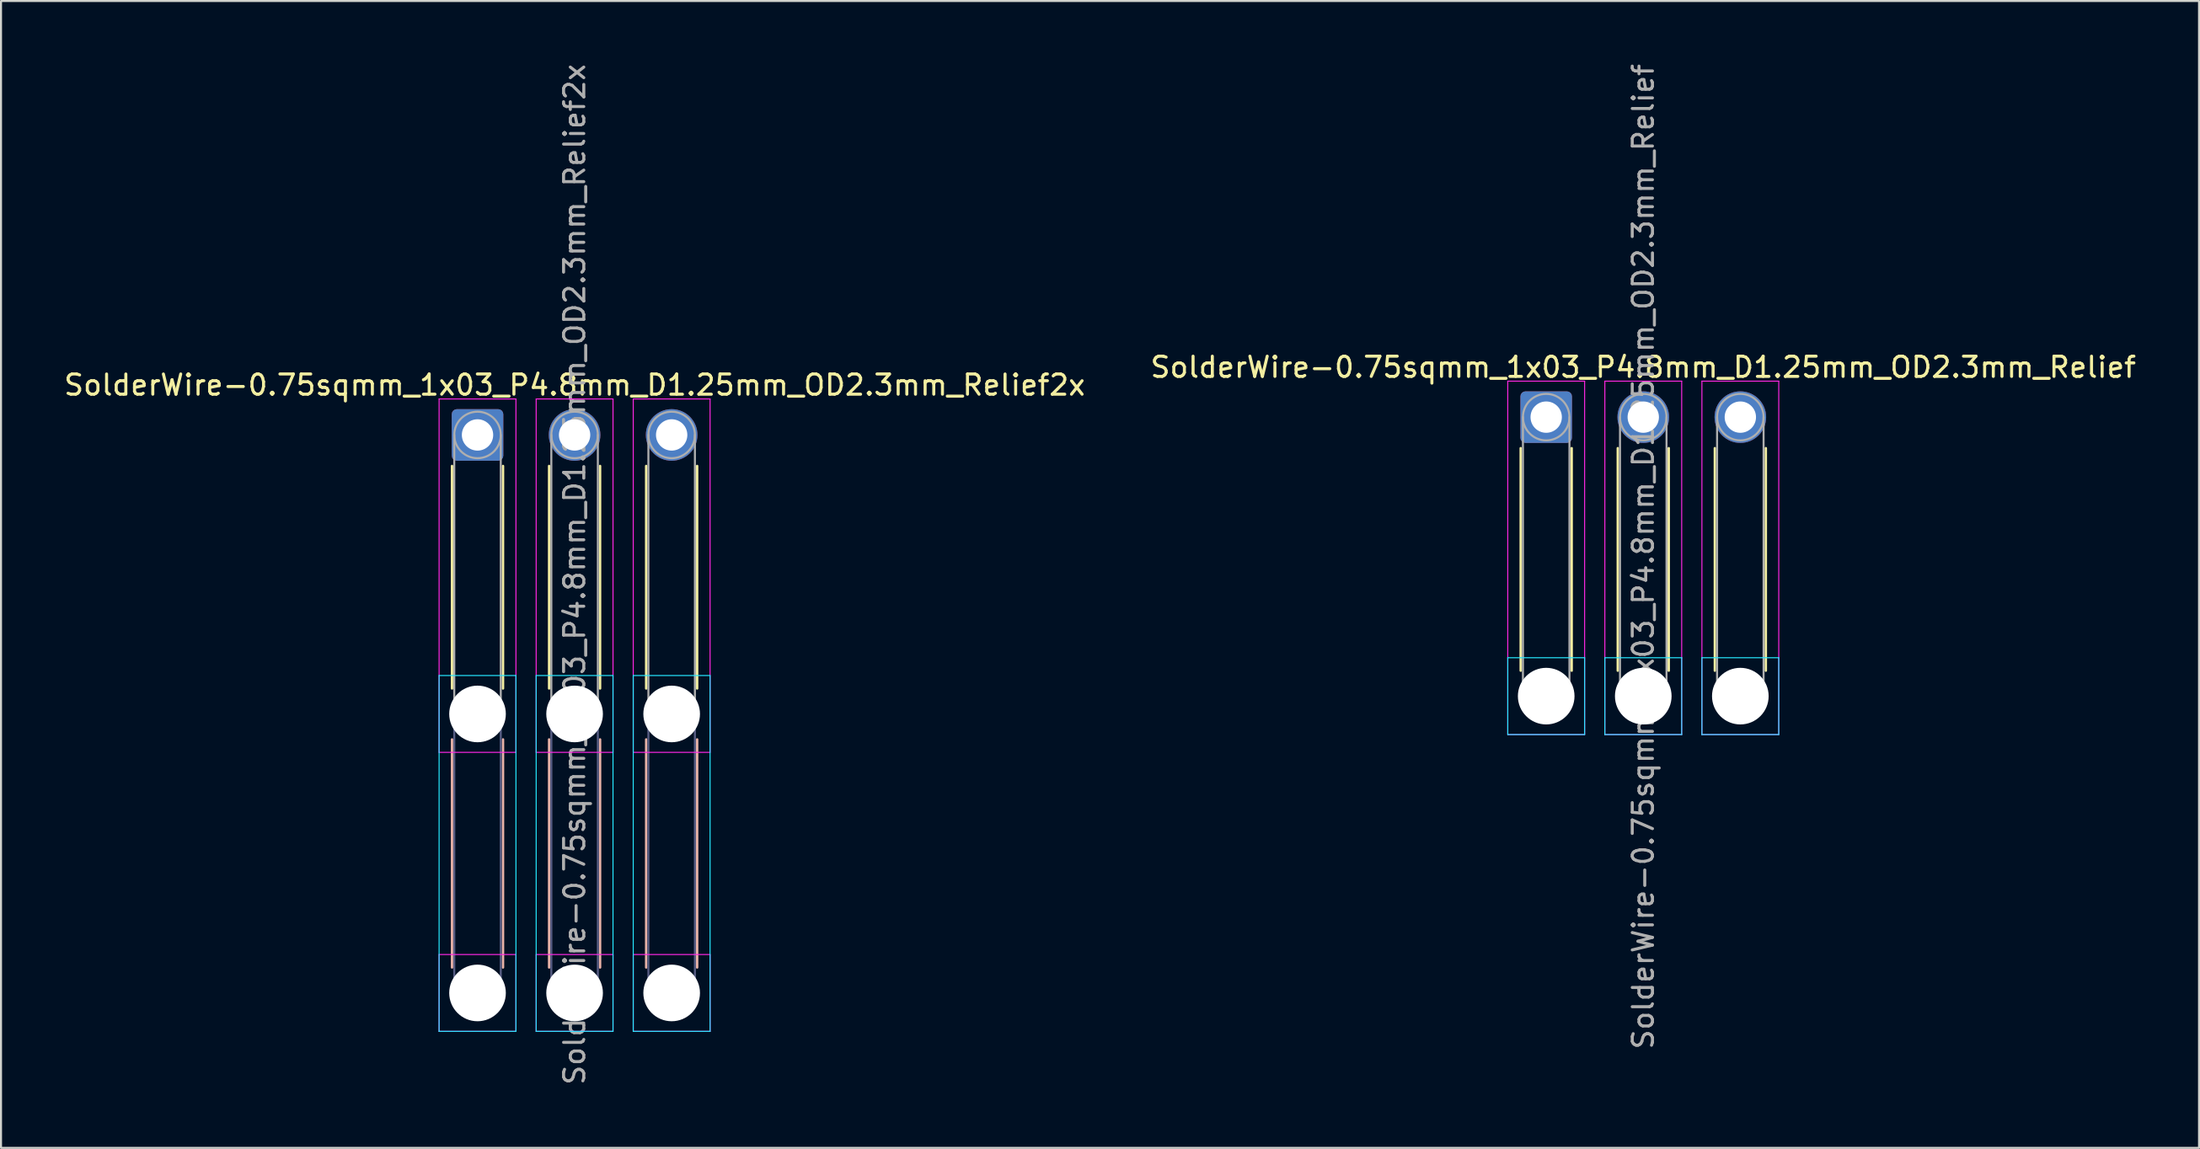
<source format=kicad_pcb>
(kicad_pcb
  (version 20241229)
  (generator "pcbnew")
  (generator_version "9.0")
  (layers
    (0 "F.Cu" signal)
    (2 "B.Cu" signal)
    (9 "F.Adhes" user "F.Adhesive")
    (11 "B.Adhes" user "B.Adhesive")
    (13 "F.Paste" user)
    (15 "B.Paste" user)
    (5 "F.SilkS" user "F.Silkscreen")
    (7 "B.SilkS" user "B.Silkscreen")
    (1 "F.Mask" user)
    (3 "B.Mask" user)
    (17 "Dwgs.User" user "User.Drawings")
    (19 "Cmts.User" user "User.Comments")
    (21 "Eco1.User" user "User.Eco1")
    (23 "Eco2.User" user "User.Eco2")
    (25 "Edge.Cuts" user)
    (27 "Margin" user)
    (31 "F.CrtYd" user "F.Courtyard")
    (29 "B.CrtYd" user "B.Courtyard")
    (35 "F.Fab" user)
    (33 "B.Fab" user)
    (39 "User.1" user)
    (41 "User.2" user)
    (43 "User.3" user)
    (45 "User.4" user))
  (footprint "SolderWire-0.75sqmm_1x03_P4.8mm_D1.25mm_OD2.3mm_Relief2x"
    (layer "F.Cu")
    (at 20.563 18.463)
    (property "Reference" "SolderWire-0.75sqmm_1x03_P4.8mm_D1.25mm_OD2.3mm_Relief2x" (at 4.8 -2.47 0) (layer "F.SilkS") (effects (font (size 1 1) (thickness 0.15))))
    (attr exclude_from_pos_files exclude_from_bom)
    (fp_line (start -1.26 1.535) (end -1.26 12.54) (stroke (width 0.12) (type solid)) (layer "F.SilkS"))
    (fp_line (start 1.26 1.535) (end 1.26 12.54) (stroke (width 0.12) (type solid)) (layer "F.SilkS"))
    (fp_line (start 3.54 1.535) (end 3.54 12.54) (stroke (width 0.12) (type solid)) (layer "F.SilkS"))
    (fp_line (start 6.06 1.535) (end 6.06 12.54) (stroke (width 0.12) (type solid)) (layer "F.SilkS"))
    (fp_line (start 8.34 1.535) (end 8.34 12.54) (stroke (width 0.12) (type solid)) (layer "F.SilkS"))
    (fp_line (start 10.86 1.535) (end 10.86 12.54) (stroke (width 0.12) (type solid)) (layer "F.SilkS"))
    (fp_line (start -1.26 15.06) (end -1.26 26.34) (stroke (width 0.12) (type solid)) (layer "B.SilkS"))
    (fp_line (start 1.26 15.06) (end 1.26 26.34) (stroke (width 0.12) (type solid)) (layer "B.SilkS"))
    (fp_line (start 3.54 15.06) (end 3.54 26.34) (stroke (width 0.12) (type solid)) (layer "B.SilkS"))
    (fp_line (start 6.06 15.06) (end 6.06 26.34) (stroke (width 0.12) (type solid)) (layer "B.SilkS"))
    (fp_line (start 8.34 15.06) (end 8.34 26.34) (stroke (width 0.12) (type solid)) (layer "B.SilkS"))
    (fp_line (start 10.86 15.06) (end 10.86 26.34) (stroke (width 0.12) (type solid)) (layer "B.SilkS"))
    (fp_line (start -1.9 11.9) (end -1.9 29.5) (stroke (width 0.05) (type solid)) (layer "B.CrtYd"))
    (fp_line (start -1.9 29.5) (end 1.9 29.5) (stroke (width 0.05) (type solid)) (layer "B.CrtYd"))
    (fp_line (start 1.9 11.9) (end -1.9 11.9) (stroke (width 0.05) (type solid)) (layer "B.CrtYd"))
    (fp_line (start 1.9 29.5) (end 1.9 11.9) (stroke (width 0.05) (type solid)) (layer "B.CrtYd"))
    (fp_line (start 2.9 11.9) (end 2.9 29.5) (stroke (width 0.05) (type solid)) (layer "B.CrtYd"))
    (fp_line (start 2.9 29.5) (end 6.7 29.5) (stroke (width 0.05) (type solid)) (layer "B.CrtYd"))
    (fp_line (start 6.7 11.9) (end 2.9 11.9) (stroke (width 0.05) (type solid)) (layer "B.CrtYd"))
    (fp_line (start 6.7 29.5) (end 6.7 11.9) (stroke (width 0.05) (type solid)) (layer "B.CrtYd"))
    (fp_line (start 7.7 11.9) (end 7.7 29.5) (stroke (width 0.05) (type solid)) (layer "B.CrtYd"))
    (fp_line (start 7.7 29.5) (end 11.5 29.5) (stroke (width 0.05) (type solid)) (layer "B.CrtYd"))
    (fp_line (start 11.5 11.9) (end 7.7 11.9) (stroke (width 0.05) (type solid)) (layer "B.CrtYd"))
    (fp_line (start 11.5 29.5) (end 11.5 11.9) (stroke (width 0.05) (type solid)) (layer "B.CrtYd"))
    (fp_line (start -1.9 -1.78) (end -1.9 15.7) (stroke (width 0.05) (type solid)) (layer "F.CrtYd"))
    (fp_line (start -1.9 15.7) (end 1.9 15.7) (stroke (width 0.05) (type solid)) (layer "F.CrtYd"))
    (fp_line (start -1.9 25.7) (end -1.9 29.5) (stroke (width 0.05) (type solid)) (layer "F.CrtYd"))
    (fp_line (start -1.9 29.5) (end 1.9 29.5) (stroke (width 0.05) (type solid)) (layer "F.CrtYd"))
    (fp_line (start 1.9 -1.78) (end -1.9 -1.78) (stroke (width 0.05) (type solid)) (layer "F.CrtYd"))
    (fp_line (start 1.9 15.7) (end 1.9 -1.78) (stroke (width 0.05) (type solid)) (layer "F.CrtYd"))
    (fp_line (start 1.9 25.7) (end -1.9 25.7) (stroke (width 0.05) (type solid)) (layer "F.CrtYd"))
    (fp_line (start 1.9 29.5) (end 1.9 25.7) (stroke (width 0.05) (type solid)) (layer "F.CrtYd"))
    (fp_line (start 2.9 -1.78) (end 2.9 15.7) (stroke (width 0.05) (type solid)) (layer "F.CrtYd"))
    (fp_line (start 2.9 15.7) (end 6.7 15.7) (stroke (width 0.05) (type solid)) (layer "F.CrtYd"))
    (fp_line (start 2.9 25.7) (end 2.9 29.5) (stroke (width 0.05) (type solid)) (layer "F.CrtYd"))
    (fp_line (start 2.9 29.5) (end 6.7 29.5) (stroke (width 0.05) (type solid)) (layer "F.CrtYd"))
    (fp_line (start 6.7 -1.78) (end 2.9 -1.78) (stroke (width 0.05) (type solid)) (layer "F.CrtYd"))
    (fp_line (start 6.7 15.7) (end 6.7 -1.78) (stroke (width 0.05) (type solid)) (layer "F.CrtYd"))
    (fp_line (start 6.7 25.7) (end 2.9 25.7) (stroke (width 0.05) (type solid)) (layer "F.CrtYd"))
    (fp_line (start 6.7 29.5) (end 6.7 25.7) (stroke (width 0.05) (type solid)) (layer "F.CrtYd"))
    (fp_line (start 7.7 -1.78) (end 7.7 15.7) (stroke (width 0.05) (type solid)) (layer "F.CrtYd"))
    (fp_line (start 7.7 15.7) (end 11.5 15.7) (stroke (width 0.05) (type solid)) (layer "F.CrtYd"))
    (fp_line (start 7.7 25.7) (end 7.7 29.5) (stroke (width 0.05) (type solid)) (layer "F.CrtYd"))
    (fp_line (start 7.7 29.5) (end 11.5 29.5) (stroke (width 0.05) (type solid)) (layer "F.CrtYd"))
    (fp_line (start 11.5 -1.78) (end 7.7 -1.78) (stroke (width 0.05) (type solid)) (layer "F.CrtYd"))
    (fp_line (start 11.5 15.7) (end 11.5 -1.78) (stroke (width 0.05) (type solid)) (layer "F.CrtYd"))
    (fp_line (start 11.5 25.7) (end 7.7 25.7) (stroke (width 0.05) (type solid)) (layer "F.CrtYd"))
    (fp_line (start 11.5 29.5) (end 11.5 25.7) (stroke (width 0.05) (type solid)) (layer "F.CrtYd"))
    (fp_line (start -1.15 13.8) (end -1.15 27.6) (stroke (width 0.1) (type solid)) (layer "B.Fab"))
    (fp_line (start 1.15 13.8) (end 1.15 27.6) (stroke (width 0.1) (type solid)) (layer "B.Fab"))
    (fp_line (start 3.65 13.8) (end 3.65 27.6) (stroke (width 0.1) (type solid)) (layer "B.Fab"))
    (fp_line (start 5.95 13.8) (end 5.95 27.6) (stroke (width 0.1) (type solid)) (layer "B.Fab"))
    (fp_line (start 8.45 13.8) (end 8.45 27.6) (stroke (width 0.1) (type solid)) (layer "B.Fab"))
    (fp_line (start 10.75 13.8) (end 10.75 27.6) (stroke (width 0.1) (type solid)) (layer "B.Fab"))
    (fp_circle (center 0 13.8) (end 1.15 13.8) (stroke (width 0.1) (type solid)) (fill no) (layer "B.Fab"))
    (fp_circle (center 0 27.6) (end 1.15 27.6) (stroke (width 0.1) (type solid)) (fill no) (layer "B.Fab"))
    (fp_circle (center 4.8 13.8) (end 5.95 13.8) (stroke (width 0.1) (type solid)) (fill no) (layer "B.Fab"))
    (fp_circle (center 4.8 27.6) (end 5.95 27.6) (stroke (width 0.1) (type solid)) (fill no) (layer "B.Fab"))
    (fp_circle (center 9.6 13.8) (end 10.75 13.8) (stroke (width 0.1) (type solid)) (fill no) (layer "B.Fab"))
    (fp_circle (center 9.6 27.6) (end 10.75 27.6) (stroke (width 0.1) (type solid)) (fill no) (layer "B.Fab"))
    (fp_line (start -1.15 0) (end -1.15 13.8) (stroke (width 0.1) (type solid)) (layer "F.Fab"))
    (fp_line (start 1.15 0) (end 1.15 13.8) (stroke (width 0.1) (type solid)) (layer "F.Fab"))
    (fp_line (start 3.65 0) (end 3.65 13.8) (stroke (width 0.1) (type solid)) (layer "F.Fab"))
    (fp_line (start 5.95 0) (end 5.95 13.8) (stroke (width 0.1) (type solid)) (layer "F.Fab"))
    (fp_line (start 8.45 0) (end 8.45 13.8) (stroke (width 0.1) (type solid)) (layer "F.Fab"))
    (fp_line (start 10.75 0) (end 10.75 13.8) (stroke (width 0.1) (type solid)) (layer "F.Fab"))
    (fp_circle (center 0 0) (end 1.15 0) (stroke (width 0.1) (type solid)) (fill no) (layer "F.Fab"))
    (fp_circle (center 0 13.8) (end 1.15 13.8) (stroke (width 0.1) (type solid)) (fill no) (layer "F.Fab"))
    (fp_circle (center 0 27.6) (end 1.15 27.6) (stroke (width 0.1) (type solid)) (fill no) (layer "F.Fab"))
    (fp_circle (center 4.8 0) (end 5.95 0) (stroke (width 0.1) (type solid)) (fill no) (layer "F.Fab"))
    (fp_circle (center 4.8 13.8) (end 5.95 13.8) (stroke (width 0.1) (type solid)) (fill no) (layer "F.Fab"))
    (fp_circle (center 4.8 27.6) (end 5.95 27.6) (stroke (width 0.1) (type solid)) (fill no) (layer "F.Fab"))
    (fp_circle (center 9.6 0) (end 10.75 0) (stroke (width 0.1) (type solid)) (fill no) (layer "F.Fab"))
    (fp_circle (center 9.6 13.8) (end 10.75 13.8) (stroke (width 0.1) (type solid)) (fill no) (layer "F.Fab"))
    (fp_circle (center 9.6 27.6) (end 10.75 27.6) (stroke (width 0.1) (type solid)) (fill no) (layer "F.Fab"))
    (fp_text user "${REFERENCE}" (at 4.8 6.9 90) (layer "F.Fab") (effects (font (size 1 1) (thickness 0.15))))
    (pad "" np_thru_hole circle (at 0 13.8) (size 2.8 2.8) (drill 2.8) (layers "*.Cu" "*.Mask"))
    (pad "" np_thru_hole circle (at 0 27.6) (size 2.8 2.8) (drill 2.8) (layers "*.Cu" "*.Mask"))
    (pad "" np_thru_hole circle (at 4.8 13.8) (size 2.8 2.8) (drill 2.8) (layers "*.Cu" "*.Mask"))
    (pad "" np_thru_hole circle (at 4.8 27.6) (size 2.8 2.8) (drill 2.8) (layers "*.Cu" "*.Mask"))
    (pad "" np_thru_hole circle (at 9.6 13.8) (size 2.8 2.8) (drill 2.8) (layers "*.Cu" "*.Mask"))
    (pad "" np_thru_hole circle (at 9.6 27.6) (size 2.8 2.8) (drill 2.8) (layers "*.Cu" "*.Mask"))
    (pad "1" thru_hole roundrect (at 0 0) (size 2.55 2.55) (drill 1.55) (layers "*.Cu" "*.Mask") (roundrect_rratio 0.098))
    (pad "2" thru_hole circle (at 4.8 0) (size 2.55 2.55) (drill 1.55) (layers "*.Cu" "*.Mask"))
    (pad "3" thru_hole circle (at 9.6 0) (size 2.55 2.55) (drill 1.55) (layers "*.Cu" "*.Mask")))
  (footprint "SolderWire-0.75sqmm_1x03_P4.8mm_D1.25mm_OD2.3mm_Relief"
    (layer "F.Cu")
    (at 73.408 17.582)
    (property "Reference" "SolderWire-0.75sqmm_1x03_P4.8mm_D1.25mm_OD2.3mm_Relief" (at 4.8 -2.47 0) (layer "F.SilkS") (effects (font (size 1 1) (thickness 0.15))))
    (attr exclude_from_pos_files exclude_from_bom)
    (fp_line (start -1.26 1.535) (end -1.26 12.54) (stroke (width 0.12) (type solid)) (layer "F.SilkS"))
    (fp_line (start 1.26 1.535) (end 1.26 12.54) (stroke (width 0.12) (type solid)) (layer "F.SilkS"))
    (fp_line (start 3.54 1.535) (end 3.54 12.54) (stroke (width 0.12) (type solid)) (layer "F.SilkS"))
    (fp_line (start 6.06 1.535) (end 6.06 12.54) (stroke (width 0.12) (type solid)) (layer "F.SilkS"))
    (fp_line (start 8.34 1.535) (end 8.34 12.54) (stroke (width 0.12) (type solid)) (layer "F.SilkS"))
    (fp_line (start 10.86 1.535) (end 10.86 12.54) (stroke (width 0.12) (type solid)) (layer "F.SilkS"))
    (fp_line (start -1.9 11.9) (end -1.9 15.7) (stroke (width 0.05) (type solid)) (layer "B.CrtYd"))
    (fp_line (start -1.9 15.7) (end 1.9 15.7) (stroke (width 0.05) (type solid)) (layer "B.CrtYd"))
    (fp_line (start 1.9 11.9) (end -1.9 11.9) (stroke (width 0.05) (type solid)) (layer "B.CrtYd"))
    (fp_line (start 1.9 15.7) (end 1.9 11.9) (stroke (width 0.05) (type solid)) (layer "B.CrtYd"))
    (fp_line (start 2.9 11.9) (end 2.9 15.7) (stroke (width 0.05) (type solid)) (layer "B.CrtYd"))
    (fp_line (start 2.9 15.7) (end 6.7 15.7) (stroke (width 0.05) (type solid)) (layer "B.CrtYd"))
    (fp_line (start 6.7 11.9) (end 2.9 11.9) (stroke (width 0.05) (type solid)) (layer "B.CrtYd"))
    (fp_line (start 6.7 15.7) (end 6.7 11.9) (stroke (width 0.05) (type solid)) (layer "B.CrtYd"))
    (fp_line (start 7.7 11.9) (end 7.7 15.7) (stroke (width 0.05) (type solid)) (layer "B.CrtYd"))
    (fp_line (start 7.7 15.7) (end 11.5 15.7) (stroke (width 0.05) (type solid)) (layer "B.CrtYd"))
    (fp_line (start 11.5 11.9) (end 7.7 11.9) (stroke (width 0.05) (type solid)) (layer "B.CrtYd"))
    (fp_line (start 11.5 15.7) (end 11.5 11.9) (stroke (width 0.05) (type solid)) (layer "B.CrtYd"))
    (fp_line (start -1.9 -1.78) (end -1.9 15.7) (stroke (width 0.05) (type solid)) (layer "F.CrtYd"))
    (fp_line (start -1.9 15.7) (end 1.9 15.7) (stroke (width 0.05) (type solid)) (layer "F.CrtYd"))
    (fp_line (start 1.9 -1.78) (end -1.9 -1.78) (stroke (width 0.05) (type solid)) (layer "F.CrtYd"))
    (fp_line (start 1.9 15.7) (end 1.9 -1.78) (stroke (width 0.05) (type solid)) (layer "F.CrtYd"))
    (fp_line (start 2.9 -1.78) (end 2.9 15.7) (stroke (width 0.05) (type solid)) (layer "F.CrtYd"))
    (fp_line (start 2.9 15.7) (end 6.7 15.7) (stroke (width 0.05) (type solid)) (layer "F.CrtYd"))
    (fp_line (start 6.7 -1.78) (end 2.9 -1.78) (stroke (width 0.05) (type solid)) (layer "F.CrtYd"))
    (fp_line (start 6.7 15.7) (end 6.7 -1.78) (stroke (width 0.05) (type solid)) (layer "F.CrtYd"))
    (fp_line (start 7.7 -1.78) (end 7.7 15.7) (stroke (width 0.05) (type solid)) (layer "F.CrtYd"))
    (fp_line (start 7.7 15.7) (end 11.5 15.7) (stroke (width 0.05) (type solid)) (layer "F.CrtYd"))
    (fp_line (start 11.5 -1.78) (end 7.7 -1.78) (stroke (width 0.05) (type solid)) (layer "F.CrtYd"))
    (fp_line (start 11.5 15.7) (end 11.5 -1.78) (stroke (width 0.05) (type solid)) (layer "F.CrtYd"))
    (fp_line (start -1.15 0) (end -1.15 13.8) (stroke (width 0.1) (type solid)) (layer "F.Fab"))
    (fp_line (start 1.15 0) (end 1.15 13.8) (stroke (width 0.1) (type solid)) (layer "F.Fab"))
    (fp_line (start 3.65 0) (end 3.65 13.8) (stroke (width 0.1) (type solid)) (layer "F.Fab"))
    (fp_line (start 5.95 0) (end 5.95 13.8) (stroke (width 0.1) (type solid)) (layer "F.Fab"))
    (fp_line (start 8.45 0) (end 8.45 13.8) (stroke (width 0.1) (type solid)) (layer "F.Fab"))
    (fp_line (start 10.75 0) (end 10.75 13.8) (stroke (width 0.1) (type solid)) (layer "F.Fab"))
    (fp_circle (center 0 0) (end 1.15 0) (stroke (width 0.1) (type solid)) (fill no) (layer "F.Fab"))
    (fp_circle (center 0 13.8) (end 1.15 13.8) (stroke (width 0.1) (type solid)) (fill no) (layer "F.Fab"))
    (fp_circle (center 4.8 0) (end 5.95 0) (stroke (width 0.1) (type solid)) (fill no) (layer "F.Fab"))
    (fp_circle (center 4.8 13.8) (end 5.95 13.8) (stroke (width 0.1) (type solid)) (fill no) (layer "F.Fab"))
    (fp_circle (center 9.6 0) (end 10.75 0) (stroke (width 0.1) (type solid)) (fill no) (layer "F.Fab"))
    (fp_circle (center 9.6 13.8) (end 10.75 13.8) (stroke (width 0.1) (type solid)) (fill no) (layer "F.Fab"))
    (fp_text user "${REFERENCE}" (at 4.8 6.9 90) (layer "F.Fab") (effects (font (size 1 1) (thickness 0.15))))
    (pad "" np_thru_hole circle (at 0 13.8) (size 2.8 2.8) (drill 2.8) (layers "*.Cu" "*.Mask"))
    (pad "" np_thru_hole circle (at 4.8 13.8) (size 2.8 2.8) (drill 2.8) (layers "*.Cu" "*.Mask"))
    (pad "" np_thru_hole circle (at 9.6 13.8) (size 2.8 2.8) (drill 2.8) (layers "*.Cu" "*.Mask"))
    (pad "1" thru_hole roundrect (at 0 0) (size 2.55 2.55) (drill 1.55) (layers "*.Cu" "*.Mask") (roundrect_rratio 0.098))
    (pad "2" thru_hole circle (at 4.8 0) (size 2.55 2.55) (drill 1.55) (layers "*.Cu" "*.Mask"))
    (pad "3" thru_hole circle (at 9.6 0) (size 2.55 2.55) (drill 1.55) (layers "*.Cu" "*.Mask")))
  (gr_rect
    (start -3 -3)
    (end 105.69 53.726)
    (stroke (width 0.1) (type default))
    (fill no)
    (layer "Edge.Cuts")))
</source>
